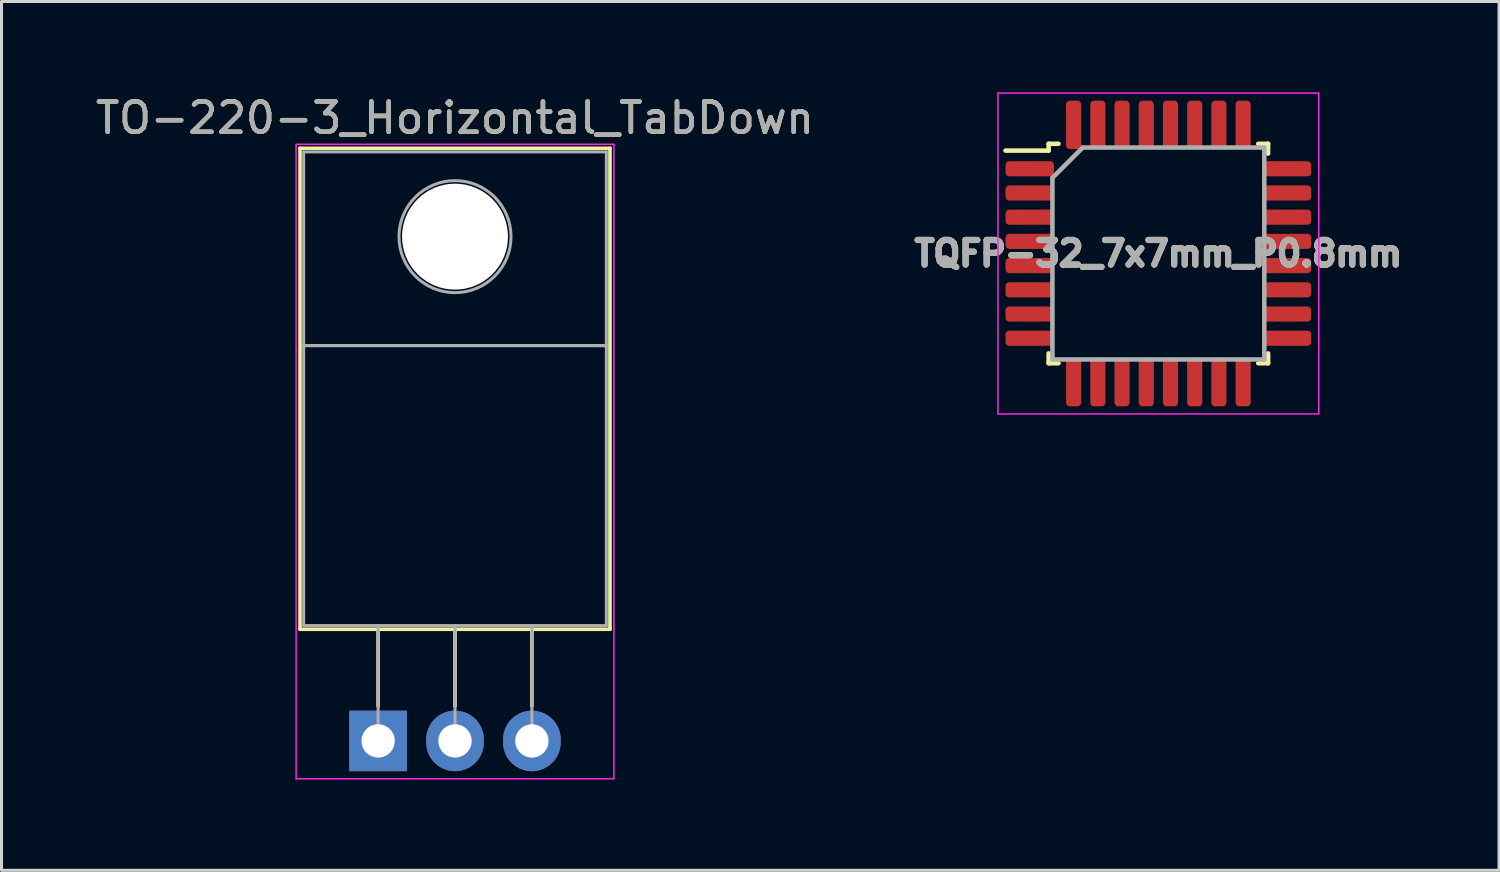
<source format=kicad_pcb>
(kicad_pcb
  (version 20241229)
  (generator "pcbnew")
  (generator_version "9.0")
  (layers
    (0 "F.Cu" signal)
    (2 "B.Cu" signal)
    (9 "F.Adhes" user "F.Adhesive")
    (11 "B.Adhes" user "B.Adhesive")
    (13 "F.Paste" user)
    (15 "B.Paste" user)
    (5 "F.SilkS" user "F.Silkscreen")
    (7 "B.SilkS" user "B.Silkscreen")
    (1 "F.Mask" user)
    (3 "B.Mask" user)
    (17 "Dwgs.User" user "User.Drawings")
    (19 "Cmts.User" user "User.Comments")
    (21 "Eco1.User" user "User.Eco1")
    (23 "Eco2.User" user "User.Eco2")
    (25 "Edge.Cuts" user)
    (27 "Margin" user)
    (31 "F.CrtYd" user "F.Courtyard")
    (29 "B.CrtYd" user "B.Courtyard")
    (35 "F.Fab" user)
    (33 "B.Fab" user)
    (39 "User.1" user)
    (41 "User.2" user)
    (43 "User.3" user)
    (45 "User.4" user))
  (footprint "TQFP-32_7x7mm_P0.8mm"
    (layer "F.Cu")
    (at 35.219 5.325)
    (property "Reference" "TQFP-32_7x7mm_P0.8mm" (at 0 0 0) (layer "F.Fab") (effects (font (size 0.813 0.813) (thickness 0.203))))
    (attr smd)
    (fp_line (start -3.625 -3.625) (end -3.625 -3.4) (stroke (width 0.15) (type solid)) (layer "F.SilkS"))
    (fp_line (start -3.625 -3.625) (end -3.3 -3.625) (stroke (width 0.15) (type solid)) (layer "F.SilkS"))
    (fp_line (start -3.625 -3.4) (end -5.05 -3.4) (stroke (width 0.15) (type solid)) (layer "F.SilkS"))
    (fp_line (start -3.625 3.625) (end -3.625 3.3) (stroke (width 0.15) (type solid)) (layer "F.SilkS"))
    (fp_line (start -3.625 3.625) (end -3.3 3.625) (stroke (width 0.15) (type solid)) (layer "F.SilkS"))
    (fp_line (start 3.625 -3.625) (end 3.3 -3.625) (stroke (width 0.15) (type solid)) (layer "F.SilkS"))
    (fp_line (start 3.625 -3.625) (end 3.625 -3.3) (stroke (width 0.15) (type solid)) (layer "F.SilkS"))
    (fp_line (start 3.625 3.625) (end 3.3 3.625) (stroke (width 0.15) (type solid)) (layer "F.SilkS"))
    (fp_line (start 3.625 3.625) (end 3.625 3.3) (stroke (width 0.15) (type solid)) (layer "F.SilkS"))
    (fp_line (start -5.3 -5.3) (end -5.3 5.3) (stroke (width 0.05) (type solid)) (layer "F.CrtYd"))
    (fp_line (start -5.3 -5.3) (end 5.3 -5.3) (stroke (width 0.05) (type solid)) (layer "F.CrtYd"))
    (fp_line (start -5.3 5.3) (end 5.3 5.3) (stroke (width 0.05) (type solid)) (layer "F.CrtYd"))
    (fp_line (start 5.3 -5.3) (end 5.3 5.3) (stroke (width 0.05) (type solid)) (layer "F.CrtYd"))
    (fp_line (start -3.5 -2.5) (end -2.5 -3.5) (stroke (width 0.15) (type solid)) (layer "F.Fab"))
    (fp_line (start -3.5 3.5) (end -3.5 -2.5) (stroke (width 0.15) (type solid)) (layer "F.Fab"))
    (fp_line (start -2.5 -3.5) (end 3.5 -3.5) (stroke (width 0.15) (type solid)) (layer "F.Fab"))
    (fp_line (start 3.5 -3.5) (end 3.5 3.5) (stroke (width 0.15) (type solid)) (layer "F.Fab"))
    (fp_line (start 3.5 3.5) (end -3.5 3.5) (stroke (width 0.15) (type solid)) (layer "F.Fab"))
    (fp_text user "${REFERENCE}" (at 0 0 0) (layer "F.SilkS") (effects (font (size 0.813 0.813) (thickness 0.203))))
    (pad "1" smd roundrect (at -4.25 -2.8) (size 1.6 0.5) (layers "F.Cu" "F.Mask" "F.Paste") (roundrect_rratio 0.25))
    (pad "2" smd roundrect (at -4.25 -2) (size 1.6 0.5) (layers "F.Cu" "F.Mask" "F.Paste") (roundrect_rratio 0.25))
    (pad "3" smd roundrect (at -4.25 -1.2) (size 1.6 0.5) (layers "F.Cu" "F.Mask" "F.Paste") (roundrect_rratio 0.25))
    (pad "4" smd roundrect (at -4.25 -0.4) (size 1.6 0.5) (layers "F.Cu" "F.Mask" "F.Paste") (roundrect_rratio 0.25))
    (pad "5" smd roundrect (at -4.25 0.4) (size 1.6 0.5) (layers "F.Cu" "F.Mask" "F.Paste") (roundrect_rratio 0.25))
    (pad "6" smd roundrect (at -4.25 1.2) (size 1.6 0.5) (layers "F.Cu" "F.Mask" "F.Paste") (roundrect_rratio 0.25))
    (pad "7" smd roundrect (at -4.25 2) (size 1.6 0.5) (layers "F.Cu" "F.Mask" "F.Paste") (roundrect_rratio 0.25))
    (pad "8" smd roundrect (at -4.25 2.8) (size 1.6 0.5) (layers "F.Cu" "F.Mask" "F.Paste") (roundrect_rratio 0.25))
    (pad "9" smd roundrect (at -2.8 4.25 90) (size 1.6 0.5) (layers "F.Cu" "F.Mask" "F.Paste") (roundrect_rratio 0.25))
    (pad "10" smd roundrect (at -2 4.25 90) (size 1.6 0.5) (layers "F.Cu" "F.Mask" "F.Paste") (roundrect_rratio 0.25))
    (pad "11" smd roundrect (at -1.2 4.25 90) (size 1.6 0.5) (layers "F.Cu" "F.Mask" "F.Paste") (roundrect_rratio 0.25))
    (pad "12" smd roundrect (at -0.4 4.25 90) (size 1.6 0.5) (layers "F.Cu" "F.Mask" "F.Paste") (roundrect_rratio 0.25))
    (pad "13" smd roundrect (at 0.4 4.25 90) (size 1.6 0.5) (layers "F.Cu" "F.Mask" "F.Paste") (roundrect_rratio 0.25))
    (pad "14" smd roundrect (at 1.2 4.25 90) (size 1.6 0.5) (layers "F.Cu" "F.Mask" "F.Paste") (roundrect_rratio 0.25))
    (pad "15" smd roundrect (at 2 4.25 90) (size 1.6 0.5) (layers "F.Cu" "F.Mask" "F.Paste") (roundrect_rratio 0.25))
    (pad "16" smd roundrect (at 2.8 4.25 90) (size 1.6 0.5) (layers "F.Cu" "F.Mask" "F.Paste") (roundrect_rratio 0.25))
    (pad "17" smd roundrect (at 4.25 2.8) (size 1.6 0.5) (layers "F.Cu" "F.Mask" "F.Paste") (roundrect_rratio 0.25))
    (pad "18" smd roundrect (at 4.25 2) (size 1.6 0.5) (layers "F.Cu" "F.Mask" "F.Paste") (roundrect_rratio 0.25))
    (pad "19" smd roundrect (at 4.25 1.2) (size 1.6 0.5) (layers "F.Cu" "F.Mask" "F.Paste") (roundrect_rratio 0.25))
    (pad "20" smd roundrect (at 4.25 0.4) (size 1.6 0.5) (layers "F.Cu" "F.Mask" "F.Paste") (roundrect_rratio 0.25))
    (pad "21" smd roundrect (at 4.25 -0.4) (size 1.6 0.5) (layers "F.Cu" "F.Mask" "F.Paste") (roundrect_rratio 0.25))
    (pad "22" smd roundrect (at 4.25 -1.2) (size 1.6 0.5) (layers "F.Cu" "F.Mask" "F.Paste") (roundrect_rratio 0.25))
    (pad "23" smd roundrect (at 4.25 -2) (size 1.6 0.5) (layers "F.Cu" "F.Mask" "F.Paste") (roundrect_rratio 0.25))
    (pad "24" smd roundrect (at 4.25 -2.8) (size 1.6 0.5) (layers "F.Cu" "F.Mask" "F.Paste") (roundrect_rratio 0.25))
    (pad "25" smd roundrect (at 2.8 -4.25 90) (size 1.6 0.5) (layers "F.Cu" "F.Mask" "F.Paste") (roundrect_rratio 0.25))
    (pad "26" smd roundrect (at 2 -4.25 90) (size 1.6 0.5) (layers "F.Cu" "F.Mask" "F.Paste") (roundrect_rratio 0.25))
    (pad "27" smd roundrect (at 1.2 -4.25 90) (size 1.6 0.5) (layers "F.Cu" "F.Mask" "F.Paste") (roundrect_rratio 0.25))
    (pad "28" smd roundrect (at 0.4 -4.25 90) (size 1.6 0.5) (layers "F.Cu" "F.Mask" "F.Paste") (roundrect_rratio 0.25))
    (pad "29" smd roundrect (at -0.4 -4.25 90) (size 1.6 0.5) (layers "F.Cu" "F.Mask" "F.Paste") (roundrect_rratio 0.25))
    (pad "30" smd roundrect (at -1.2 -4.25 90) (size 1.6 0.5) (layers "F.Cu" "F.Mask" "F.Paste") (roundrect_rratio 0.25))
    (pad "31" smd roundrect (at -2 -4.25 90) (size 1.6 0.5) (layers "F.Cu" "F.Mask" "F.Paste") (roundrect_rratio 0.25))
    (pad "32" smd roundrect (at -2.8 -4.25 90) (size 1.6 0.5) (layers "F.Cu" "F.Mask" "F.Paste") (roundrect_rratio 0.25)))
  (footprint "TO-220-3_Horizontal_TabDown"
    (layer "F.Cu")
    (at 11.982 21.428)
    (property "Reference" "TO-220-3_Horizontal_TabDown" (at 0 -20.58 0) (layer "F.SilkS") (effects (font (size 1 1) (thickness 0.15))))
    (attr through_hole)
    (fp_line (start -5.12 -19.58) (end -5.12 -3.69) (stroke (width 0.12) (type solid)) (layer "F.SilkS"))
    (fp_line (start -5.12 -19.58) (end 5.12 -19.58) (stroke (width 0.12) (type solid)) (layer "F.SilkS"))
    (fp_line (start -5.12 -3.69) (end 5.12 -3.69) (stroke (width 0.12) (type solid)) (layer "F.SilkS"))
    (fp_line (start -2.54 -3.69) (end -2.54 -1.15) (stroke (width 0.12) (type solid)) (layer "F.SilkS"))
    (fp_line (start 0 -3.69) (end 0 -1.15) (stroke (width 0.12) (type solid)) (layer "F.SilkS"))
    (fp_line (start 2.54 -3.69) (end 2.54 -1.15) (stroke (width 0.12) (type solid)) (layer "F.SilkS"))
    (fp_line (start 5.12 -19.58) (end 5.12 -3.69) (stroke (width 0.12) (type solid)) (layer "F.SilkS"))
    (fp_line (start -5.25 -19.71) (end -5.25 1.25) (stroke (width 0.05) (type solid)) (layer "F.CrtYd"))
    (fp_line (start -5.25 1.25) (end 5.25 1.25) (stroke (width 0.05) (type solid)) (layer "F.CrtYd"))
    (fp_line (start 5.25 -19.71) (end -5.25 -19.71) (stroke (width 0.05) (type solid)) (layer "F.CrtYd"))
    (fp_line (start 5.25 1.25) (end 5.25 -19.71) (stroke (width 0.05) (type solid)) (layer "F.CrtYd"))
    (fp_line (start -5 -19.46) (end 5 -19.46) (stroke (width 0.1) (type solid)) (layer "F.Fab"))
    (fp_line (start -5 -13.06) (end -5 -19.46) (stroke (width 0.1) (type solid)) (layer "F.Fab"))
    (fp_line (start -5 -13.06) (end 5 -13.06) (stroke (width 0.1) (type solid)) (layer "F.Fab"))
    (fp_line (start -5 -3.81) (end -5 -13.06) (stroke (width 0.1) (type solid)) (layer "F.Fab"))
    (fp_line (start -2.54 -3.81) (end -2.54 0) (stroke (width 0.1) (type solid)) (layer "F.Fab"))
    (fp_line (start 0 -3.81) (end 0 0) (stroke (width 0.1) (type solid)) (layer "F.Fab"))
    (fp_line (start 2.54 -3.81) (end 2.54 0) (stroke (width 0.1) (type solid)) (layer "F.Fab"))
    (fp_line (start 5 -19.46) (end 5 -13.06) (stroke (width 0.1) (type solid)) (layer "F.Fab"))
    (fp_line (start 5 -13.06) (end -5 -13.06) (stroke (width 0.1) (type solid)) (layer "F.Fab"))
    (fp_line (start 5 -13.06) (end 5 -3.81) (stroke (width 0.1) (type solid)) (layer "F.Fab"))
    (fp_line (start 5 -3.81) (end -5 -3.81) (stroke (width 0.1) (type solid)) (layer "F.Fab"))
    (fp_circle (center 0 -16.66) (end 1.85 -16.66) (stroke (width 0.1) (type solid)) (fill no) (layer "F.Fab"))
    (fp_text user "${REFERENCE}" (at 0 -20.58 0) (layer "F.Fab") (effects (font (size 1 1) (thickness 0.15))))
    (pad "" np_thru_hole oval (at 0 -16.66) (size 3.5 3.5) (drill 3.5) (layers "*.Cu" "*.Mask"))
    (pad "1" thru_hole rect (at -2.54 0) (size 1.905 2) (drill 1.1) (layers "*.Cu" "*.Mask"))
    (pad "2" thru_hole oval (at 0 0) (size 1.905 2) (drill 1.1) (layers "*.Cu" "*.Mask"))
    (pad "3" thru_hole oval (at 2.54 0) (size 1.905 2) (drill 1.1) (layers "*.Cu" "*.Mask")))
  (gr_rect
    (start -3 -3)
    (end 46.474 25.703)
    (stroke (width 0.1) (type default))
    (fill no)
    (layer "Edge.Cuts")))
</source>
